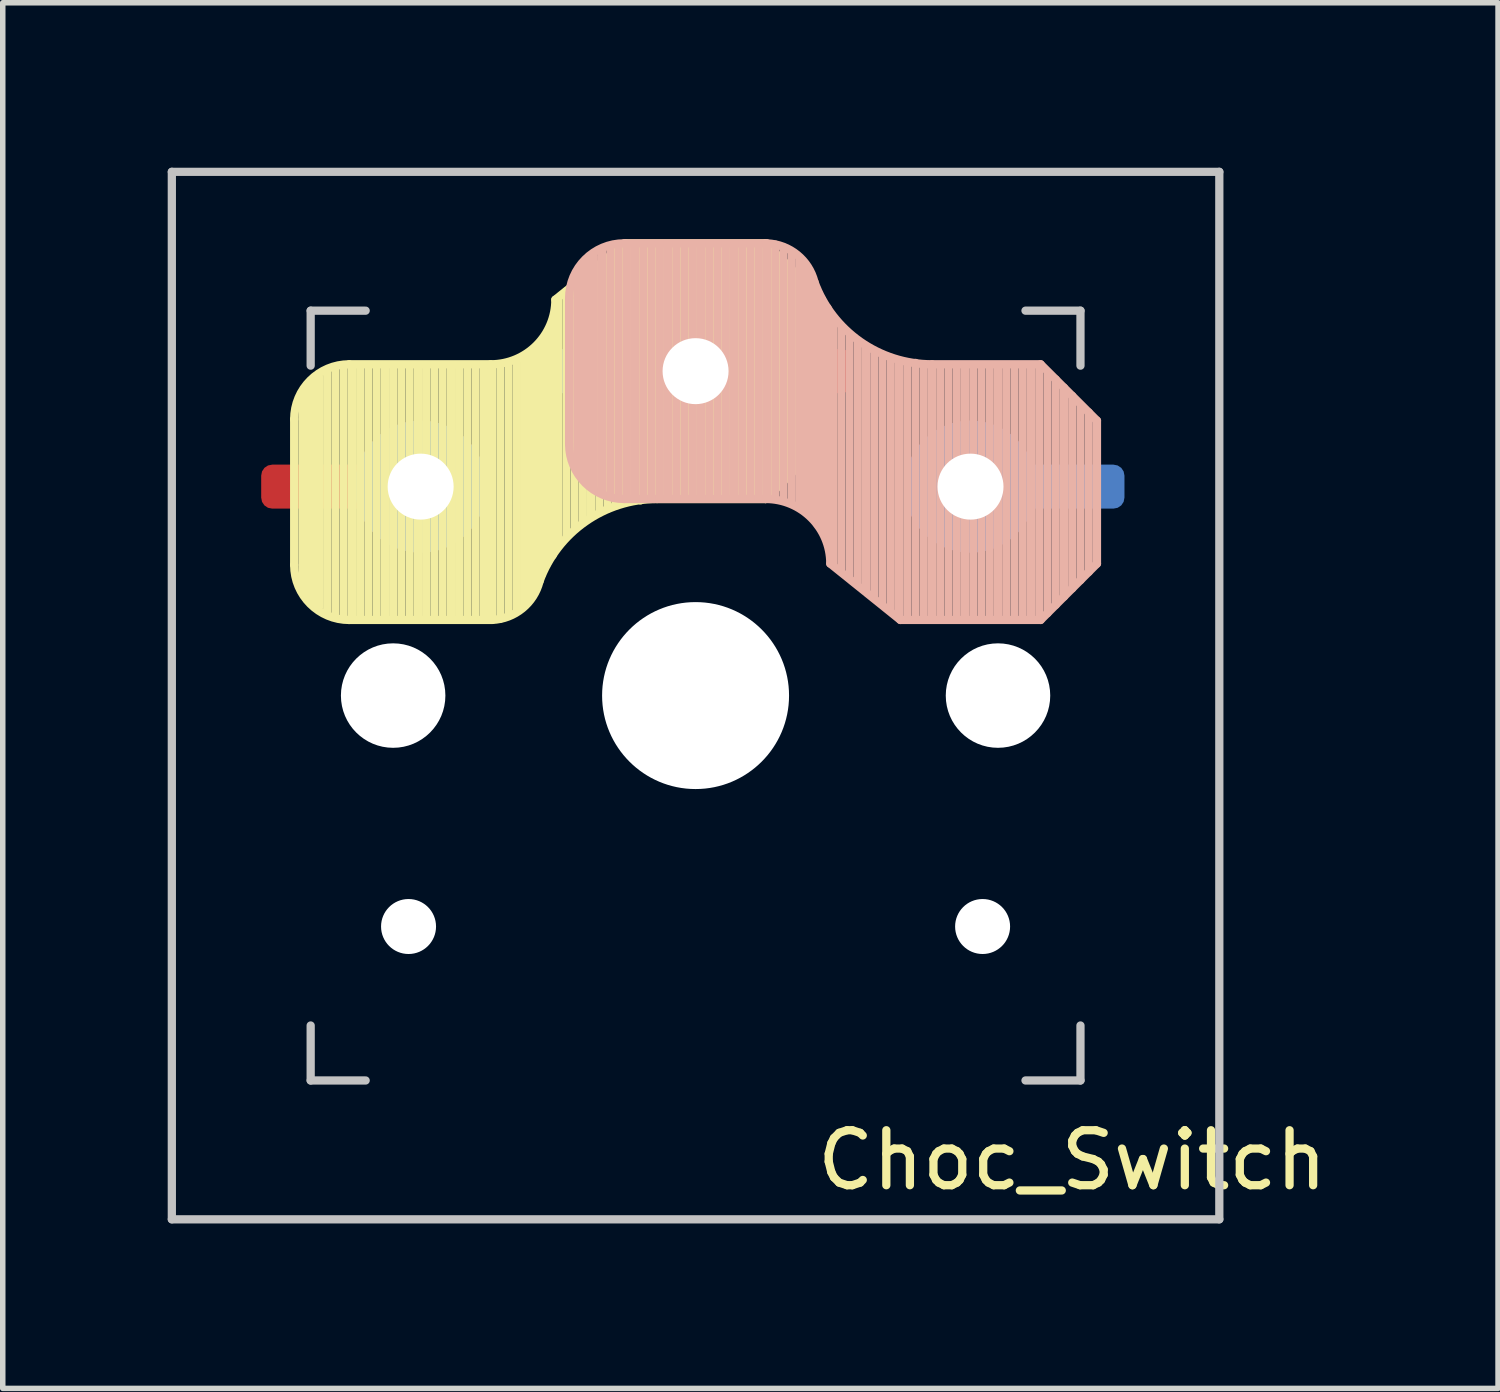
<source format=kicad_pcb>
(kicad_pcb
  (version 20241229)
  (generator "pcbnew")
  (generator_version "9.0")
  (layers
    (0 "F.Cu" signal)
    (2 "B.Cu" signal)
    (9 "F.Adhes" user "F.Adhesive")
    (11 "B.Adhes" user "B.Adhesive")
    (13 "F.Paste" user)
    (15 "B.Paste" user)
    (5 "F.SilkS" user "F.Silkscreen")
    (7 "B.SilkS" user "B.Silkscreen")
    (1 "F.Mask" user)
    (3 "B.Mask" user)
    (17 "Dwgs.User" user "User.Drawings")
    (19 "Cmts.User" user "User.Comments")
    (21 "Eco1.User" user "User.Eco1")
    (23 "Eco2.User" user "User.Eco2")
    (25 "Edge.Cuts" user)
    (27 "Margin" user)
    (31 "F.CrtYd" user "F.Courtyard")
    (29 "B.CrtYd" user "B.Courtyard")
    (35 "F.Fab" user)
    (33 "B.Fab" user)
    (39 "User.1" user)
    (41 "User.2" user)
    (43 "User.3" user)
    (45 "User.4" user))
  (footprint "Choc_Switch"
    (layer "F.Cu")
    (at 9.6 9.6)
    (property "Reference" "Choc_Switch" (at 6.85 8.45 180) (layer "F.SilkS") (effects (font (size 1 1) (thickness 0.15))))
    (attr through_hole)
    (fp_line (start -7.3 -5.025) (end -7.3 -2.375) (stroke (width 0.15) (type solid)) (layer "F.SilkS"))
    (fp_line (start -7.15 -1.95) (end -7.15 -5.5) (stroke (width 0.15) (type solid)) (layer "F.SilkS"))
    (fp_line (start -7.05 -1.8) (end -7.05 -5.55) (stroke (width 0.15) (type solid)) (layer "F.SilkS"))
    (fp_line (start -6.95 -1.7) (end -6.95 -5.65) (stroke (width 0.15) (type solid)) (layer "F.SilkS"))
    (fp_line (start -6.85 -1.6) (end -6.85 -5.8) (stroke (width 0.15) (type solid)) (layer "F.SilkS"))
    (fp_line (start -6.7 -1.5) (end -6.7 -5.9) (stroke (width 0.15) (type solid)) (layer "F.SilkS"))
    (fp_line (start -6.55 -1.45) (end -6.55 -5.95) (stroke (width 0.15) (type solid)) (layer "F.SilkS"))
    (fp_line (start -6.4 -1.4) (end -6.4 -5.95) (stroke (width 0.15) (type solid)) (layer "F.SilkS"))
    (fp_line (start -6.3 -6.025) (end -3.725 -6.025) (stroke (width 0.15) (type solid)) (layer "F.SilkS"))
    (fp_line (start -6.3 -1.375) (end -3.7 -1.375) (stroke (width 0.15) (type solid)) (layer "F.SilkS"))
    (fp_line (start -6.25 -1.4) (end -6.25 -6) (stroke (width 0.15) (type solid)) (layer "F.SilkS"))
    (fp_line (start -6.1 -1.4) (end -6.1 -6) (stroke (width 0.15) (type solid)) (layer "F.SilkS"))
    (fp_line (start -5.95 -1.4) (end -5.95 -6) (stroke (width 0.15) (type solid)) (layer "F.SilkS"))
    (fp_line (start -5.8 -1.4) (end -5.8 -6) (stroke (width 0.15) (type solid)) (layer "F.SilkS"))
    (fp_line (start -5.65 -1.4) (end -5.65 -6) (stroke (width 0.15) (type solid)) (layer "F.SilkS"))
    (fp_line (start -5.5 -1.4) (end -5.5 -6) (stroke (width 0.15) (type solid)) (layer "F.SilkS"))
    (fp_line (start -5.35 -1.4) (end -5.35 -6) (stroke (width 0.15) (type solid)) (layer "F.SilkS"))
    (fp_line (start -5.2 -1.4) (end -5.2 -6) (stroke (width 0.15) (type solid)) (layer "F.SilkS"))
    (fp_line (start -5.05 -1.4) (end -5.05 -6) (stroke (width 0.15) (type solid)) (layer "F.SilkS"))
    (fp_line (start -4.9 -1.4) (end -4.9 -6) (stroke (width 0.15) (type solid)) (layer "F.SilkS"))
    (fp_line (start -4.75 -1.4) (end -4.75 -6) (stroke (width 0.15) (type solid)) (layer "F.SilkS"))
    (fp_line (start -4.6 -1.4) (end -4.6 -6) (stroke (width 0.15) (type solid)) (layer "F.SilkS"))
    (fp_line (start -4.45 -1.4) (end -4.45 -6) (stroke (width 0.15) (type solid)) (layer "F.SilkS"))
    (fp_line (start -4.3 -1.4) (end -4.3 -6) (stroke (width 0.15) (type solid)) (layer "F.SilkS"))
    (fp_line (start -4.15 -1.4) (end -4.15 -6) (stroke (width 0.15) (type solid)) (layer "F.SilkS"))
    (fp_line (start -4 -1.4) (end -4 -6) (stroke (width 0.15) (type solid)) (layer "F.SilkS"))
    (fp_line (start -3.85 -1.4) (end -3.85 -5.95) (stroke (width 0.15) (type solid)) (layer "F.SilkS"))
    (fp_line (start -3.7 -1.4) (end -3.7 -6) (stroke (width 0.15) (type solid)) (layer "F.SilkS"))
    (fp_line (start -3.55 -1.4) (end -3.55 -6) (stroke (width 0.15) (type solid)) (layer "F.SilkS"))
    (fp_line (start -3.4 -1.45) (end -3.4 -6) (stroke (width 0.15) (type solid)) (layer "F.SilkS"))
    (fp_line (start -3.25 -1.55) (end -3.25 -6.1) (stroke (width 0.15) (type solid)) (layer "F.SilkS"))
    (fp_line (start -3.1 -1.65) (end -3.1 -6.15) (stroke (width 0.15) (type solid)) (layer "F.SilkS"))
    (fp_line (start -3 -1.8) (end -3 -6.2) (stroke (width 0.15) (type solid)) (layer "F.SilkS"))
    (fp_line (start -2.9 -2.05) (end -2.9 -6.25) (stroke (width 0.15) (type solid)) (layer "F.SilkS"))
    (fp_line (start -2.8 -2.2) (end -2.8 -6.35) (stroke (width 0.15) (type solid)) (layer "F.SilkS"))
    (fp_line (start -2.7 -2.4) (end -2.7 -6.55) (stroke (width 0.15) (type solid)) (layer "F.SilkS"))
    (fp_line (start -2.6 -2.55) (end -2.6 -6.7) (stroke (width 0.15) (type solid)) (layer "F.SilkS"))
    (fp_line (start -2.5 -2.75) (end -2.5 -7.2) (stroke (width 0.15) (type solid)) (layer "F.SilkS"))
    (fp_line (start -2.35 -2.9) (end -2.35 -7.35) (stroke (width 0.15) (type solid)) (layer "F.SilkS"))
    (fp_line (start -2.2 -3.05) (end -2.2 -7.45) (stroke (width 0.15) (type solid)) (layer "F.SilkS"))
    (fp_line (start -2.05 -3.15) (end -2.05 -7.55) (stroke (width 0.15) (type solid)) (layer "F.SilkS"))
    (fp_line (start -1.9 -3.25) (end -1.9 -7.7) (stroke (width 0.15) (type solid)) (layer "F.SilkS"))
    (fp_line (start -1.75 -3.35) (end -1.75 -7.8) (stroke (width 0.15) (type solid)) (layer "F.SilkS"))
    (fp_line (start -1.6 -3.4) (end -1.6 -7.95) (stroke (width 0.15) (type solid)) (layer "F.SilkS"))
    (fp_line (start -1.45 -3.5) (end -1.45 -8.05) (stroke (width 0.15) (type solid)) (layer "F.SilkS"))
    (fp_line (start -1.3 -3.55) (end -1.3 -8.15) (stroke (width 0.15) (type solid)) (layer "F.SilkS"))
    (fp_line (start -1.275 -8.225) (end -2.55 -7.2) (stroke (width 0.15) (type solid)) (layer "F.SilkS"))
    (fp_line (start -1.275 -8.225) (end 1.275 -8.225) (stroke (width 0.15) (type solid)) (layer "F.SilkS"))
    (fp_line (start -1.15 -3.55) (end -1.15 -8.2) (stroke (width 0.15) (type solid)) (layer "F.SilkS"))
    (fp_line (start -1 -3.55) (end -1 -8.2) (stroke (width 0.15) (type solid)) (layer "F.SilkS"))
    (fp_line (start -0.85 -3.6) (end -0.85 -8.15) (stroke (width 0.15) (type solid)) (layer "F.SilkS"))
    (fp_line (start -0.7 -3.6) (end -0.7 -8.2) (stroke (width 0.15) (type solid)) (layer "F.SilkS"))
    (fp_line (start -0.7 -3.575) (end 1.275 -3.575) (stroke (width 0.15) (type solid)) (layer "F.SilkS"))
    (fp_line (start -0.55 -3.6) (end -0.55 -8.2) (stroke (width 0.15) (type solid)) (layer "F.SilkS"))
    (fp_line (start -0.4 -3.6) (end -0.4 -8.2) (stroke (width 0.15) (type solid)) (layer "F.SilkS"))
    (fp_line (start -0.25 -3.6) (end -0.25 -8.2) (stroke (width 0.15) (type solid)) (layer "F.SilkS"))
    (fp_line (start -0.1 -3.6) (end -0.1 -8.2) (stroke (width 0.15) (type solid)) (layer "F.SilkS"))
    (fp_line (start 0.05 -3.6) (end 0.05 -8.2) (stroke (width 0.15) (type solid)) (layer "F.SilkS"))
    (fp_line (start 0.2 -3.6) (end 0.2 -8.2) (stroke (width 0.15) (type solid)) (layer "F.SilkS"))
    (fp_line (start 0.35 -3.6) (end 0.35 -8.2) (stroke (width 0.15) (type solid)) (layer "F.SilkS"))
    (fp_line (start 0.5 -3.6) (end 0.5 -8.2) (stroke (width 0.15) (type solid)) (layer "F.SilkS"))
    (fp_line (start 0.65 -3.6) (end 0.65 -8.2) (stroke (width 0.15) (type solid)) (layer "F.SilkS"))
    (fp_line (start 0.8 -3.6) (end 0.8 -8.2) (stroke (width 0.15) (type solid)) (layer "F.SilkS"))
    (fp_line (start 0.95 -3.6) (end 0.95 -8.2) (stroke (width 0.15) (type solid)) (layer "F.SilkS"))
    (fp_line (start 1.1 -3.6) (end 1.1 -8.2) (stroke (width 0.15) (type solid)) (layer "F.SilkS"))
    (fp_line (start 1.25 -3.6) (end 1.25 -8.2) (stroke (width 0.15) (type solid)) (layer "F.SilkS"))
    (fp_line (start 1.4 -3.75) (end 1.4 -8.1) (stroke (width 0.15) (type solid)) (layer "F.SilkS"))
    (fp_line (start 1.55 -3.85) (end 1.55 -7.95) (stroke (width 0.15) (type solid)) (layer "F.SilkS"))
    (fp_line (start 1.7 -4) (end 1.7 -7.8) (stroke (width 0.15) (type solid)) (layer "F.SilkS"))
    (fp_line (start 1.85 -4.15) (end 1.85 -7.65) (stroke (width 0.15) (type solid)) (layer "F.SilkS"))
    (fp_line (start 2 -4.35) (end 2 -7.5) (stroke (width 0.15) (type solid)) (layer "F.SilkS"))
    (fp_line (start 2.15 -4.45) (end 2.15 -7.35) (stroke (width 0.15) (type solid)) (layer "F.SilkS"))
    (fp_line (start 2.3 -7.2) (end 1.275 -8.225) (stroke (width 0.15) (type solid)) (layer "F.SilkS"))
    (fp_line (start 2.3 -7.2) (end 2.3 -4.6) (stroke (width 0.15) (type solid)) (layer "F.SilkS"))
    (fp_line (start 2.3 -4.6) (end 1.275 -3.575) (stroke (width 0.15) (type solid)) (layer "F.SilkS"))
    (fp_arc (start -7.3 -5.025) (mid -7.007107 -5.732107) (end -6.3 -6.025) (stroke (width 0.15) (type solid)) (layer "F.SilkS"))
    (fp_arc (start -6.3 -1.375) (mid -7.007107 -1.667893) (end -7.3 -2.375) (stroke (width 0.15) (type solid)) (layer "F.SilkS"))
    (fp_arc (start -2.837801 -2.078096) (mid -3.151716 -1.583979) (end -3.699005 -1.376209) (stroke (width 0.15) (type solid)) (layer "F.SilkS"))
    (fp_arc (start -2.837801 -2.078096) (mid -2.004887 -3.163571) (end -0.7 -3.575) (stroke (width 0.15) (type solid)) (layer "F.SilkS"))
    (fp_arc (start -2.55 -7.2) (mid -2.89415 -6.36915) (end -3.725 -6.025) (stroke (width 0.15) (type solid)) (layer "F.SilkS"))
    (fp_line (start -2.3 -4.575) (end -2.3 -7.225) (stroke (width 0.15) (type solid)) (layer "B.SilkS"))
    (fp_line (start -2.15 -7.65) (end -2.15 -4.1) (stroke (width 0.15) (type solid)) (layer "B.SilkS"))
    (fp_line (start -2.05 -7.8) (end -2.05 -4.05) (stroke (width 0.15) (type solid)) (layer "B.SilkS"))
    (fp_line (start -1.95 -7.9) (end -1.95 -3.95) (stroke (width 0.15) (type solid)) (layer "B.SilkS"))
    (fp_line (start -1.85 -8) (end -1.85 -3.8) (stroke (width 0.15) (type solid)) (layer "B.SilkS"))
    (fp_line (start -1.7 -8.1) (end -1.7 -3.7) (stroke (width 0.15) (type solid)) (layer "B.SilkS"))
    (fp_line (start -1.55 -8.15) (end -1.55 -3.65) (stroke (width 0.15) (type solid)) (layer "B.SilkS"))
    (fp_line (start -1.4 -8.2) (end -1.4 -3.65) (stroke (width 0.15) (type solid)) (layer "B.SilkS"))
    (fp_line (start -1.3 -8.225) (end 1.3 -8.225) (stroke (width 0.15) (type solid)) (layer "B.SilkS"))
    (fp_line (start -1.3 -3.575) (end 1.275 -3.575) (stroke (width 0.15) (type solid)) (layer "B.SilkS"))
    (fp_line (start -1.25 -8.2) (end -1.25 -3.6) (stroke (width 0.15) (type solid)) (layer "B.SilkS"))
    (fp_line (start -1.1 -8.2) (end -1.1 -3.6) (stroke (width 0.15) (type solid)) (layer "B.SilkS"))
    (fp_line (start -0.95 -8.2) (end -0.95 -3.6) (stroke (width 0.15) (type solid)) (layer "B.SilkS"))
    (fp_line (start -0.8 -8.2) (end -0.8 -3.6) (stroke (width 0.15) (type solid)) (layer "B.SilkS"))
    (fp_line (start -0.65 -8.2) (end -0.65 -3.6) (stroke (width 0.15) (type solid)) (layer "B.SilkS"))
    (fp_line (start -0.5 -8.2) (end -0.5 -3.6) (stroke (width 0.15) (type solid)) (layer "B.SilkS"))
    (fp_line (start -0.35 -8.2) (end -0.35 -3.6) (stroke (width 0.15) (type solid)) (layer "B.SilkS"))
    (fp_line (start -0.2 -8.2) (end -0.2 -3.6) (stroke (width 0.15) (type solid)) (layer "B.SilkS"))
    (fp_line (start -0.05 -8.2) (end -0.05 -3.6) (stroke (width 0.15) (type solid)) (layer "B.SilkS"))
    (fp_line (start 0.1 -8.2) (end 0.1 -3.6) (stroke (width 0.15) (type solid)) (layer "B.SilkS"))
    (fp_line (start 0.25 -8.2) (end 0.25 -3.6) (stroke (width 0.15) (type solid)) (layer "B.SilkS"))
    (fp_line (start 0.4 -8.2) (end 0.4 -3.6) (stroke (width 0.15) (type solid)) (layer "B.SilkS"))
    (fp_line (start 0.55 -8.2) (end 0.55 -3.6) (stroke (width 0.15) (type solid)) (layer "B.SilkS"))
    (fp_line (start 0.7 -8.2) (end 0.7 -3.6) (stroke (width 0.15) (type solid)) (layer "B.SilkS"))
    (fp_line (start 0.85 -8.2) (end 0.85 -3.6) (stroke (width 0.15) (type solid)) (layer "B.SilkS"))
    (fp_line (start 1 -8.2) (end 1 -3.6) (stroke (width 0.15) (type solid)) (layer "B.SilkS"))
    (fp_line (start 1.15 -8.2) (end 1.15 -3.65) (stroke (width 0.15) (type solid)) (layer "B.SilkS"))
    (fp_line (start 1.3 -8.2) (end 1.3 -3.6) (stroke (width 0.15) (type solid)) (layer "B.SilkS"))
    (fp_line (start 1.45 -8.2) (end 1.45 -3.6) (stroke (width 0.15) (type solid)) (layer "B.SilkS"))
    (fp_line (start 1.6 -8.15) (end 1.6 -3.6) (stroke (width 0.15) (type solid)) (layer "B.SilkS"))
    (fp_line (start 1.75 -8.05) (end 1.75 -3.5) (stroke (width 0.15) (type solid)) (layer "B.SilkS"))
    (fp_line (start 1.9 -7.95) (end 1.9 -3.45) (stroke (width 0.15) (type solid)) (layer "B.SilkS"))
    (fp_line (start 2 -7.8) (end 2 -3.4) (stroke (width 0.15) (type solid)) (layer "B.SilkS"))
    (fp_line (start 2.1 -7.55) (end 2.1 -3.35) (stroke (width 0.15) (type solid)) (layer "B.SilkS"))
    (fp_line (start 2.2 -7.4) (end 2.2 -3.25) (stroke (width 0.15) (type solid)) (layer "B.SilkS"))
    (fp_line (start 2.3 -7.2) (end 2.3 -3.05) (stroke (width 0.15) (type solid)) (layer "B.SilkS"))
    (fp_line (start 2.4 -7.05) (end 2.4 -2.9) (stroke (width 0.15) (type solid)) (layer "B.SilkS"))
    (fp_line (start 2.5 -6.85) (end 2.5 -2.4) (stroke (width 0.15) (type solid)) (layer "B.SilkS"))
    (fp_line (start 2.65 -6.7) (end 2.65 -2.25) (stroke (width 0.15) (type solid)) (layer "B.SilkS"))
    (fp_line (start 2.8 -6.55) (end 2.8 -2.15) (stroke (width 0.15) (type solid)) (layer "B.SilkS"))
    (fp_line (start 2.95 -6.45) (end 2.95 -2.05) (stroke (width 0.15) (type solid)) (layer "B.SilkS"))
    (fp_line (start 3.1 -6.35) (end 3.1 -1.9) (stroke (width 0.15) (type solid)) (layer "B.SilkS"))
    (fp_line (start 3.25 -6.25) (end 3.25 -1.8) (stroke (width 0.15) (type solid)) (layer "B.SilkS"))
    (fp_line (start 3.4 -6.2) (end 3.4 -1.65) (stroke (width 0.15) (type solid)) (layer "B.SilkS"))
    (fp_line (start 3.55 -6.1) (end 3.55 -1.55) (stroke (width 0.15) (type solid)) (layer "B.SilkS"))
    (fp_line (start 3.7 -6.05) (end 3.7 -1.45) (stroke (width 0.15) (type solid)) (layer "B.SilkS"))
    (fp_line (start 3.725 -1.375) (end 2.45 -2.4) (stroke (width 0.15) (type solid)) (layer "B.SilkS"))
    (fp_line (start 3.725 -1.375) (end 6.275 -1.375) (stroke (width 0.15) (type solid)) (layer "B.SilkS"))
    (fp_line (start 3.85 -6.05) (end 3.85 -1.4) (stroke (width 0.15) (type solid)) (layer "B.SilkS"))
    (fp_line (start 4 -6.05) (end 4 -1.4) (stroke (width 0.15) (type solid)) (layer "B.SilkS"))
    (fp_line (start 4.15 -6) (end 4.15 -1.45) (stroke (width 0.15) (type solid)) (layer "B.SilkS"))
    (fp_line (start 4.3 -6.025) (end 6.275 -6.025) (stroke (width 0.15) (type solid)) (layer "B.SilkS"))
    (fp_line (start 4.3 -6) (end 4.3 -1.4) (stroke (width 0.15) (type solid)) (layer "B.SilkS"))
    (fp_line (start 4.45 -6) (end 4.45 -1.4) (stroke (width 0.15) (type solid)) (layer "B.SilkS"))
    (fp_line (start 4.6 -6) (end 4.6 -1.4) (stroke (width 0.15) (type solid)) (layer "B.SilkS"))
    (fp_line (start 4.75 -6) (end 4.75 -1.4) (stroke (width 0.15) (type solid)) (layer "B.SilkS"))
    (fp_line (start 4.9 -6) (end 4.9 -1.4) (stroke (width 0.15) (type solid)) (layer "B.SilkS"))
    (fp_line (start 5.05 -6) (end 5.05 -1.4) (stroke (width 0.15) (type solid)) (layer "B.SilkS"))
    (fp_line (start 5.2 -6) (end 5.2 -1.4) (stroke (width 0.15) (type solid)) (layer "B.SilkS"))
    (fp_line (start 5.35 -6) (end 5.35 -1.4) (stroke (width 0.15) (type solid)) (layer "B.SilkS"))
    (fp_line (start 5.5 -6) (end 5.5 -1.4) (stroke (width 0.15) (type solid)) (layer "B.SilkS"))
    (fp_line (start 5.65 -6) (end 5.65 -1.4) (stroke (width 0.15) (type solid)) (layer "B.SilkS"))
    (fp_line (start 5.8 -6) (end 5.8 -1.4) (stroke (width 0.15) (type solid)) (layer "B.SilkS"))
    (fp_line (start 5.95 -6) (end 5.95 -1.4) (stroke (width 0.15) (type solid)) (layer "B.SilkS"))
    (fp_line (start 6.1 -6) (end 6.1 -1.4) (stroke (width 0.15) (type solid)) (layer "B.SilkS"))
    (fp_line (start 6.25 -6) (end 6.25 -1.4) (stroke (width 0.15) (type solid)) (layer "B.SilkS"))
    (fp_line (start 6.4 -5.85) (end 6.4 -1.5) (stroke (width 0.15) (type solid)) (layer "B.SilkS"))
    (fp_line (start 6.55 -5.75) (end 6.55 -1.65) (stroke (width 0.15) (type solid)) (layer "B.SilkS"))
    (fp_line (start 6.7 -5.6) (end 6.7 -1.8) (stroke (width 0.15) (type solid)) (layer "B.SilkS"))
    (fp_line (start 6.85 -5.45) (end 6.85 -1.95) (stroke (width 0.15) (type solid)) (layer "B.SilkS"))
    (fp_line (start 7 -5.25) (end 7 -2.1) (stroke (width 0.15) (type solid)) (layer "B.SilkS"))
    (fp_line (start 7.15 -5.15) (end 7.15 -2.25) (stroke (width 0.15) (type solid)) (layer "B.SilkS"))
    (fp_line (start 7.3 -5) (end 6.275 -6.025) (stroke (width 0.15) (type solid)) (layer "B.SilkS"))
    (fp_line (start 7.3 -2.4) (end 6.275 -1.375) (stroke (width 0.15) (type solid)) (layer "B.SilkS"))
    (fp_line (start 7.3 -2.4) (end 7.3 -5) (stroke (width 0.15) (type solid)) (layer "B.SilkS"))
    (fp_arc (start -2.3 -7.225) (mid -2.007107 -7.932107) (end -1.3 -8.225) (stroke (width 0.15) (type solid)) (layer "B.SilkS"))
    (fp_arc (start -1.3 -3.575) (mid -2.007107 -3.867893) (end -2.3 -4.575) (stroke (width 0.15) (type solid)) (layer "B.SilkS"))
    (fp_arc (start 1.275 -3.575) (mid 2.10585 -3.23085) (end 2.45 -2.4) (stroke (width 0.15) (type solid)) (layer "B.SilkS"))
    (fp_arc (start 1.300995 -8.223791) (mid 1.848284 -8.016021) (end 2.162199 -7.521904) (stroke (width 0.15) (type solid)) (layer "B.SilkS"))
    (fp_arc (start 4.3 -6.025) (mid 2.995114 -6.436429) (end 2.162199 -7.521904) (stroke (width 0.15) (type solid)) (layer "B.SilkS"))
    (fp_line (start -9.525 -9.525) (end 9.525 -9.525) (stroke (width 0.15) (type solid)) (layer "Dwgs.User"))
    (fp_line (start -9.525 9.525) (end -9.525 -9.525) (stroke (width 0.15) (type solid)) (layer "Dwgs.User"))
    (fp_line (start -7 -7) (end -7 -6) (stroke (width 0.15) (type solid)) (layer "Dwgs.User"))
    (fp_line (start -7 6) (end -7 7) (stroke (width 0.15) (type solid)) (layer "Dwgs.User"))
    (fp_line (start -7 7) (end -6 7) (stroke (width 0.15) (type solid)) (layer "Dwgs.User"))
    (fp_line (start -6 -7) (end -7 -7) (stroke (width 0.15) (type solid)) (layer "Dwgs.User"))
    (fp_line (start 6 -7) (end 7 -7) (stroke (width 0.15) (type solid)) (layer "Dwgs.User"))
    (fp_line (start 7 -7) (end 7 -6) (stroke (width 0.15) (type solid)) (layer "Dwgs.User"))
    (fp_line (start 7 6) (end 7 7) (stroke (width 0.15) (type solid)) (layer "Dwgs.User"))
    (fp_line (start 7 7) (end 6 7) (stroke (width 0.15) (type solid)) (layer "Dwgs.User"))
    (fp_line (start 9.525 -9.525) (end 9.525 9.525) (stroke (width 0.15) (type solid)) (layer "Dwgs.User"))
    (fp_line (start 9.525 9.525) (end -9.525 9.525) (stroke (width 0.15) (type solid)) (layer "Dwgs.User"))
    (pad "" np_thru_hole circle (at -5.5 0 270) (size 1.9 1.9) (drill 1.9) (layers "*.Cu" "*.Mask"))
    (pad "" np_thru_hole circle (at -5.22 4.2) (size 1 1) (drill 1) (layers "*.Cu" "*.Mask"))
    (pad "" np_thru_hole circle (at 0 0 270) (size 3.4 3.4) (drill 3.4) (layers "*.Cu" "*.Mask"))
    (pad "" np_thru_hole circle (at 5.22 4.2) (size 1 1) (drill 1) (layers "*.Cu" "*.Mask"))
    (pad "" np_thru_hole circle (at 5.5 0 270) (size 1.9 1.9) (drill 1.9) (layers "*.Cu" "*.Mask"))
    (pad "1" connect roundrect (at -7.9 -3.7) (size 3.2 0.8) (drill (offset 1.6 -0.1)) (layers "F.Cu") (roundrect_rratio 0.25))
    (pad "1" thru_hole circle (at -5 -3.8 90) (size 2.4 2.4) (drill 1.2) (layers "*.Cu" "*.Mask"))
    (pad "1" thru_hole circle (at 5 -3.8 270) (size 2.4 2.4) (drill 1.2) (layers "*.Cu" "*.Mask"))
    (pad "1" connect roundrect (at 7.8 -3.7) (size 3 0.8) (drill (offset -1.5 -0.1)) (layers "B.Cu") (roundrect_rratio 0.25))
    (pad "2" connect roundrect (at -2.8 -5.9) (size 3 0.8) (drill (offset 1.5 0)) (layers "B.Cu") (roundrect_rratio 0.25))
    (pad "2" thru_hole circle (at 0 -5.9 270) (size 2.4 2.4) (drill 1.2) (layers "*.Cu" "*.Mask"))
    (pad "2" connect roundrect (at 2.8 -5.9) (size 3 0.8) (drill (offset -1.45 0)) (layers "F.Cu") (roundrect_rratio 0.25)))
  (gr_rect
    (start -3 -3)
    (end 24.194 22.2)
    (stroke (width 0.1) (type default))
    (fill no)
    (layer "Edge.Cuts")))
</source>
